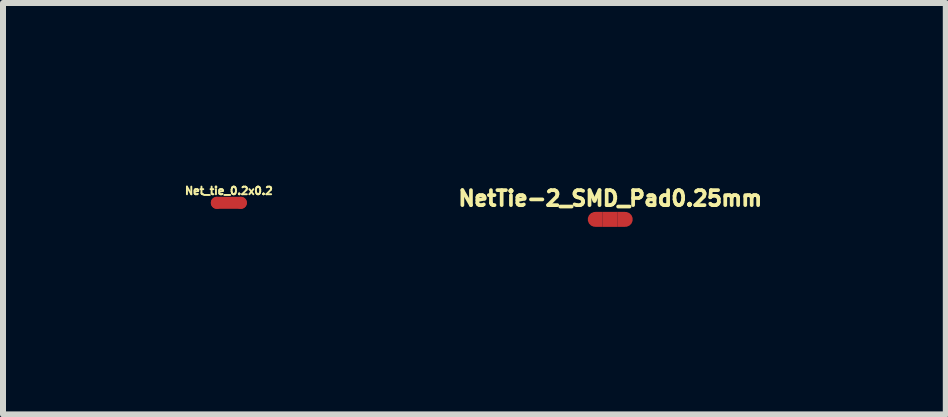
<source format=kicad_pcb>
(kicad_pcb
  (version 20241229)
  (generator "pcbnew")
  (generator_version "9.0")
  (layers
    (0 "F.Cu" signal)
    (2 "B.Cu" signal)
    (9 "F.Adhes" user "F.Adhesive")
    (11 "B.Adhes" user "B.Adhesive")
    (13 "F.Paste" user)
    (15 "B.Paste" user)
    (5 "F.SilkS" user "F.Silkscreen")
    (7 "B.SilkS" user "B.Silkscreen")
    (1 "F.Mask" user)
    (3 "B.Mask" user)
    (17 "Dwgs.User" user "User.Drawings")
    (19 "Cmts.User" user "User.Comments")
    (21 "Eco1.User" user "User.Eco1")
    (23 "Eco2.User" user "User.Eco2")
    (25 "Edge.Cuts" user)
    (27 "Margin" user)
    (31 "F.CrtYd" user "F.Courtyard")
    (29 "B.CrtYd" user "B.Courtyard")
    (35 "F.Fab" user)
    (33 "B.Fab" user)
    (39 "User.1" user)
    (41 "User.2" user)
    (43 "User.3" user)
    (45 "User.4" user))
  (footprint "NetTie-2_SMD_Pad0.25mm"
    (layer "F.Cu")
    (at 7.12 0.606)
    (property "Reference" "NetTie-2_SMD_Pad0.25mm" (at 0 -0.35 0) (layer "F.SilkS") (effects (font (size 0.25 0.25) (thickness 0.062))))
    (attr exclude_from_pos_files exclude_from_bom)
    (fp_poly (pts (xy -0.125 -0.125) (xy 0.125 -0.125) (xy 0.125 0.125) (xy -0.125 0.125)) (stroke (width 0) (type solid)) (fill yes) (layer "F.Cu"))
    (pad "1" smd custom (at -0.25 0) (size 0.25 0.25) (layers "F.Cu") (options (anchor circle)) (primitives (gr_circle (center 0 0) (end 0.125 0) (width 0) (fill yes)) (gr_poly (pts (xy 0 -0.125) (xy 0.125 -0.125) (xy 0.125 0.125) (xy 0 0.125)) (width 0) (fill yes))))
    (pad "2" smd custom (at 0.25 0) (size 0.25 0.25) (layers "F.Cu") (options (anchor circle)) (primitives (gr_circle (center 0 0) (end 0.125 0) (width 0) (fill yes)) (gr_poly (pts (xy 0 -0.125) (xy -0.125 -0.125) (xy -0.125 0.125) (xy 0 0.125)) (width 0) (fill yes)))))
  (footprint "Net_tie_0.2x0.2"
    (layer "F.Cu")
    (at 0.564 0.33)
    (property "Reference" "Net_tie_0.2x0.2" (at 0.2 -0.2 0) (layer "F.SilkS") (effects (font (size 0.127 0.127) (thickness 0.032))))
    (attr through_hole)
    (fp_line (start 0 0) (end 0.4 0) (stroke (width 0.2) (type solid)) (layer "F.Cu"))
    (pad "1" smd circle (at 0 0) (size 0.2 0.2) (layers "F.Cu"))
    (pad "2" smd circle (at 0.4 0) (size 0.2 0.2) (layers "F.Cu")))
  (gr_rect
    (start -3 -3)
    (end 12.712 3.856)
    (stroke (width 0.1) (type default))
    (fill no)
    (layer "Edge.Cuts")))
</source>
